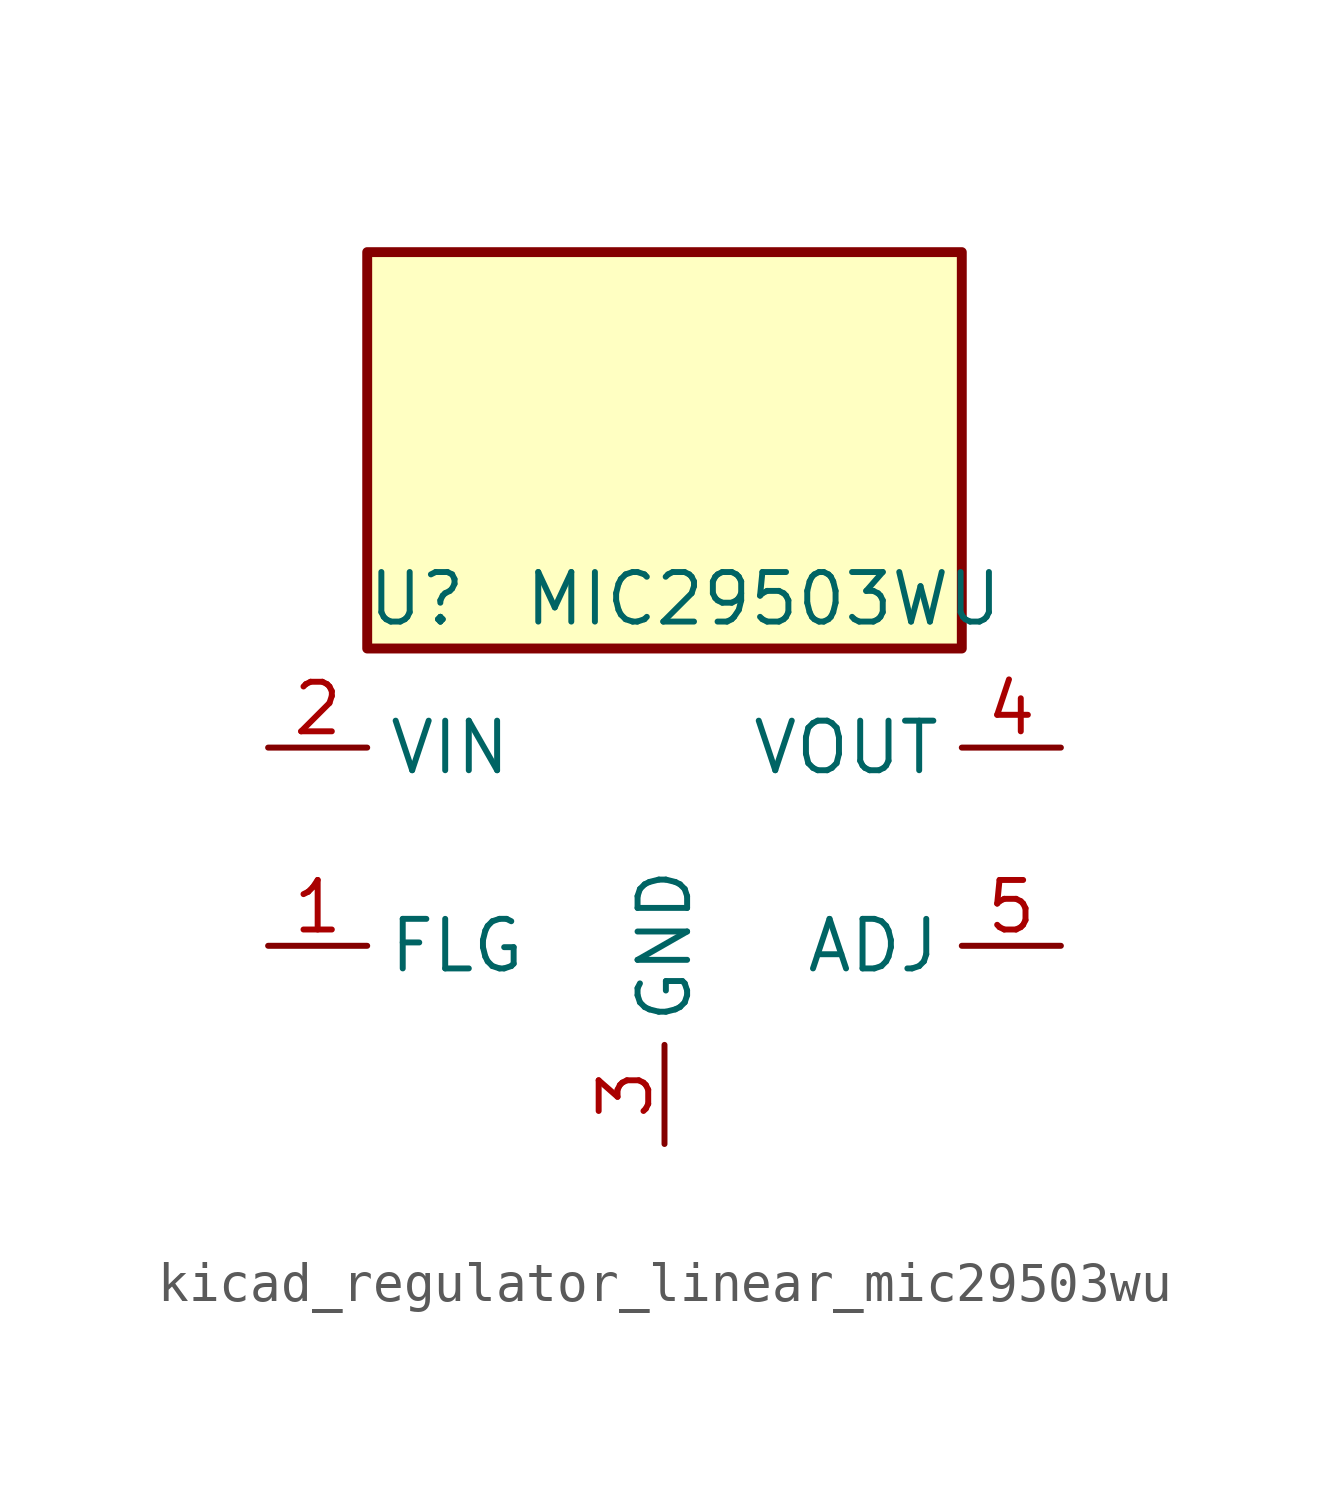
<source format=kicad_sym>
(kicad_symbol_lib
  (version 20220914)
  (generator kicad_symbol_editor)
  (symbol "kicad_regulator_linear_mic29503wu"
    (property "Reference" "U"
      (at -6.35 6.35 0)
      (effects (font (size 1.27 1.27))))
    (property "Value" "MIC29503WU"
      (at 2.54 6.35 0)
      (effects (font (size 1.27 1.27))))
    (symbol "kicad_regulator_linear_mic29503wu_1_1"
      (rectangle (start 7.62 15.24) (end -7.62 5.08) (stroke (width 0.254) (type default)) (fill (type background)))
      (pin open_collector line (at -10.16 -2.54 0) (length 2.54) (name "FLG" (effects (font (size 1.27 1.27)))) (number "1" (effects (font (size 1.27 1.27)))))
      (pin power_in line (at -10.16 2.54 0) (length 2.54) (name "VIN" (effects (font (size 1.27 1.27)))) (number "2" (effects (font (size 1.27 1.27)))))
      (pin power_in line (at 0 -7.62 90) (length 2.54) (name "GND" (effects (font (size 1.27 1.27)))) (number "3" (effects (font (size 1.27 1.27)))))
      (pin power_out line (at 10.16 2.54 180) (length 2.54) (name "VOUT" (effects (font (size 1.27 1.27)))) (number "4" (effects (font (size 1.27 1.27)))))
      (pin input line (at 10.16 -2.54 180) (length 2.54) (name "ADJ" (effects (font (size 1.27 1.27)))) (number "5" (effects (font (size 1.27 1.27))))))))
</source>
